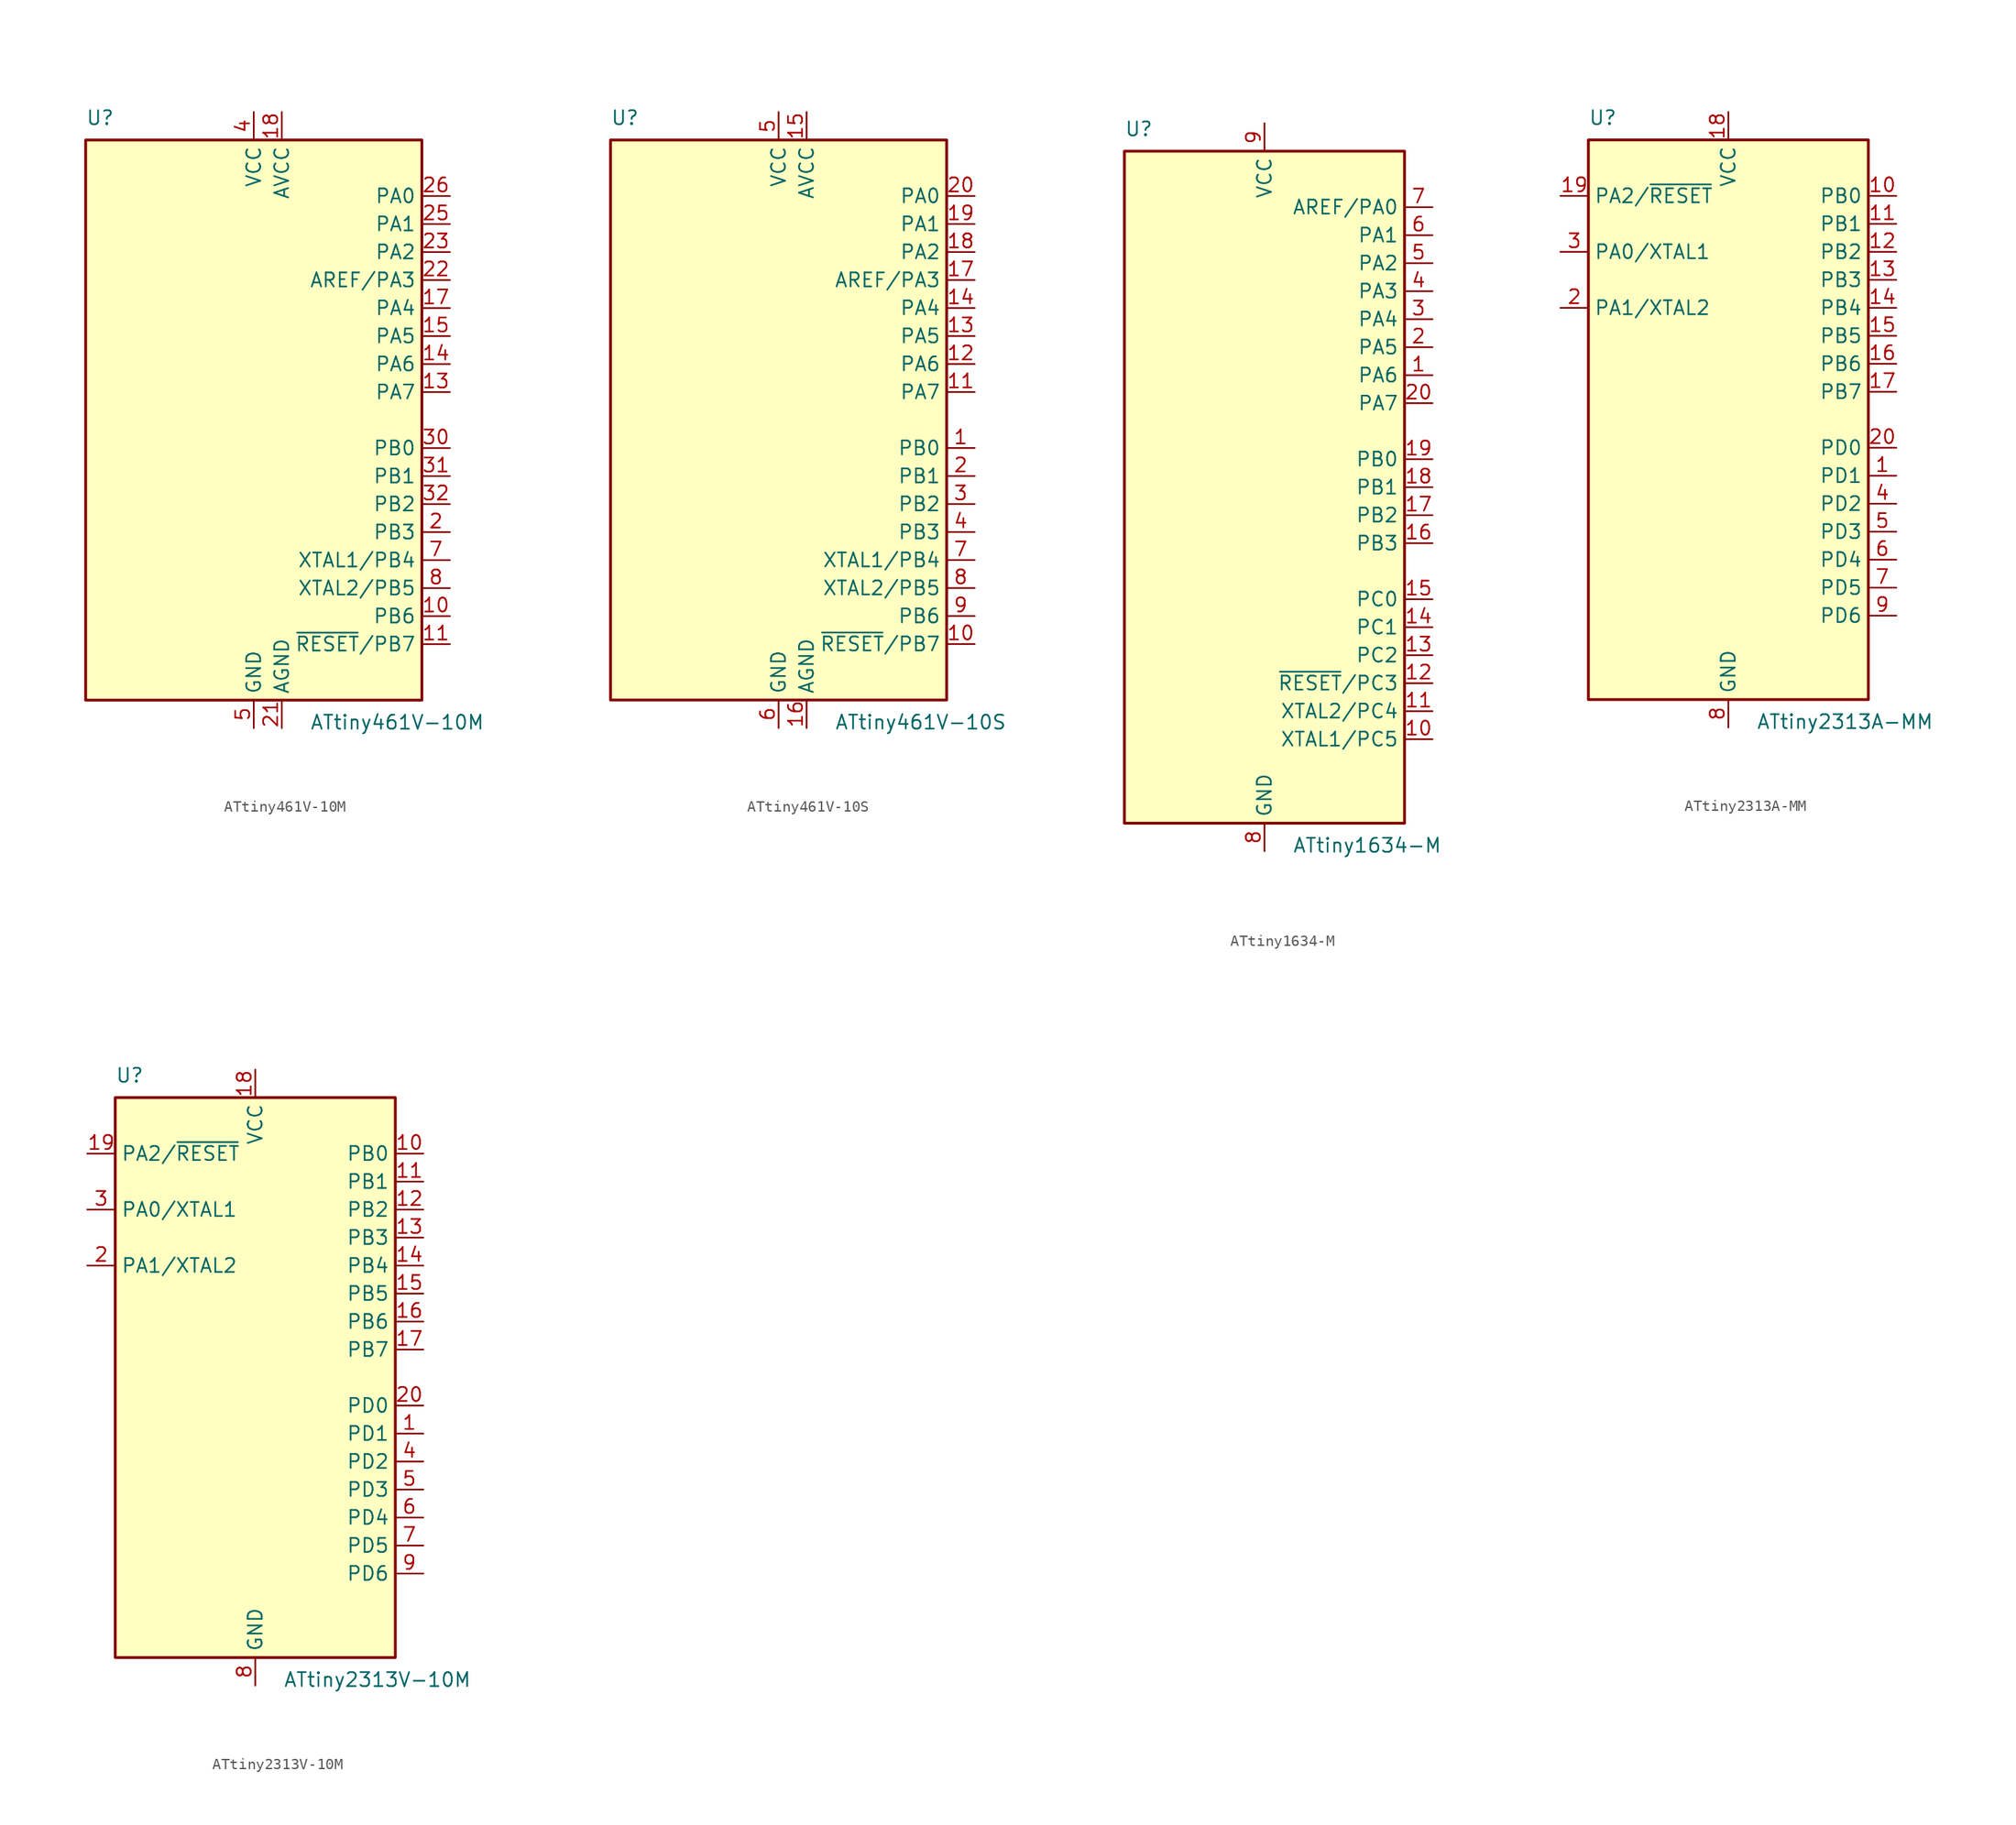
<source format=kicad_sym>
(kicad_symbol_lib
  (version 20231120)
  (generator "kicad_symbol_editor")
  (generator_version "8.0")
  (symbol "ATtiny461V-10M"
    (property "Reference" "U"
      (at -15.24 26.67 0)
      (effects (font (size 1.27 1.27)) (justify left bottom)))
    (property "Value" "ATtiny461V-10M"
      (at 5.08 -26.67 0)
      (effects (font (size 1.27 1.27)) (justify left top)))
    (symbol "ATtiny461V-10M_0_1"
      (rectangle (start -15.24 -25.4) (end 15.24 25.4) (stroke (width 0.254) (type default)) (fill (type background))))
    (symbol "ATtiny461V-10M_1_1"
      (pin no_connect line (at -15.24 5.08 0) (length 2.54) hide (name "NC" (effects (font (size 1.27 1.27)))) (number "1" (effects (font (size 1.27 1.27)))))
      (pin bidirectional line (at 17.78 -17.78 180) (length 2.54) (name "PB6" (effects (font (size 1.27 1.27)))) (number "10" (effects (font (size 1.27 1.27)))))
      (pin bidirectional line (at 17.78 -20.32 180) (length 2.54) (name "~{RESET}/PB7" (effects (font (size 1.27 1.27)))) (number "11" (effects (font (size 1.27 1.27)))))
      (pin no_connect line (at -15.24 -5.08 0) (length 2.54) hide (name "NC" (effects (font (size 1.27 1.27)))) (number "12" (effects (font (size 1.27 1.27)))))
      (pin bidirectional line (at 17.78 2.54 180) (length 2.54) (name "PA7" (effects (font (size 1.27 1.27)))) (number "13" (effects (font (size 1.27 1.27)))))
      (pin bidirectional line (at 17.78 5.08 180) (length 2.54) (name "PA6" (effects (font (size 1.27 1.27)))) (number "14" (effects (font (size 1.27 1.27)))))
      (pin bidirectional line (at 17.78 7.62 180) (length 2.54) (name "PA5" (effects (font (size 1.27 1.27)))) (number "15" (effects (font (size 1.27 1.27)))))
      (pin no_connect line (at -15.24 -7.62 0) (length 2.54) hide (name "NC" (effects (font (size 1.27 1.27)))) (number "16" (effects (font (size 1.27 1.27)))))
      (pin bidirectional line (at 17.78 10.16 180) (length 2.54) (name "PA4" (effects (font (size 1.27 1.27)))) (number "17" (effects (font (size 1.27 1.27)))))
      (pin power_in line (at 2.54 27.94 270) (length 2.54) (name "AVCC" (effects (font (size 1.27 1.27)))) (number "18" (effects (font (size 1.27 1.27)))))
      (pin no_connect line (at -15.24 -10.16 0) (length 2.54) hide (name "NC" (effects (font (size 1.27 1.27)))) (number "19" (effects (font (size 1.27 1.27)))))
      (pin bidirectional line (at 17.78 -10.16 180) (length 2.54) (name "PB3" (effects (font (size 1.27 1.27)))) (number "2" (effects (font (size 1.27 1.27)))))
      (pin no_connect line (at -15.24 -12.7 0) (length 2.54) hide (name "NC" (effects (font (size 1.27 1.27)))) (number "20" (effects (font (size 1.27 1.27)))))
      (pin power_in line (at 2.54 -27.94 90) (length 2.54) (name "AGND" (effects (font (size 1.27 1.27)))) (number "21" (effects (font (size 1.27 1.27)))))
      (pin bidirectional line (at 17.78 12.7 180) (length 2.54) (name "AREF/PA3" (effects (font (size 1.27 1.27)))) (number "22" (effects (font (size 1.27 1.27)))))
      (pin bidirectional line (at 17.78 15.24 180) (length 2.54) (name "PA2" (effects (font (size 1.27 1.27)))) (number "23" (effects (font (size 1.27 1.27)))))
      (pin no_connect line (at -15.24 -15.24 0) (length 2.54) hide (name "NC" (effects (font (size 1.27 1.27)))) (number "24" (effects (font (size 1.27 1.27)))))
      (pin bidirectional line (at 17.78 17.78 180) (length 2.54) (name "PA1" (effects (font (size 1.27 1.27)))) (number "25" (effects (font (size 1.27 1.27)))))
      (pin bidirectional line (at 17.78 20.32 180) (length 2.54) (name "PA0" (effects (font (size 1.27 1.27)))) (number "26" (effects (font (size 1.27 1.27)))))
      (pin no_connect line (at -15.24 -17.78 0) (length 2.54) hide (name "NC" (effects (font (size 1.27 1.27)))) (number "27" (effects (font (size 1.27 1.27)))))
      (pin no_connect line (at -15.24 -20.32 0) (length 2.54) hide (name "NC" (effects (font (size 1.27 1.27)))) (number "28" (effects (font (size 1.27 1.27)))))
      (pin no_connect line (at -15.24 -22.86 0) (length 2.54) hide (name "NC" (effects (font (size 1.27 1.27)))) (number "29" (effects (font (size 1.27 1.27)))))
      (pin no_connect line (at -15.24 2.54 0) (length 2.54) hide (name "NC" (effects (font (size 1.27 1.27)))) (number "3" (effects (font (size 1.27 1.27)))))
      (pin bidirectional line (at 17.78 -2.54 180) (length 2.54) (name "PB0" (effects (font (size 1.27 1.27)))) (number "30" (effects (font (size 1.27 1.27)))))
      (pin bidirectional line (at 17.78 -5.08 180) (length 2.54) (name "PB1" (effects (font (size 1.27 1.27)))) (number "31" (effects (font (size 1.27 1.27)))))
      (pin bidirectional line (at 17.78 -7.62 180) (length 2.54) (name "PB2" (effects (font (size 1.27 1.27)))) (number "32" (effects (font (size 1.27 1.27)))))
      (pin passive line (at 0 -27.94 90) (length 2.54) hide (name "GND" (effects (font (size 1.27 1.27)))) (number "33" (effects (font (size 1.27 1.27)))))
      (pin power_in line (at 0 27.94 270) (length 2.54) (name "VCC" (effects (font (size 1.27 1.27)))) (number "4" (effects (font (size 1.27 1.27)))))
      (pin power_in line (at 0 -27.94 90) (length 2.54) (name "GND" (effects (font (size 1.27 1.27)))) (number "5" (effects (font (size 1.27 1.27)))))
      (pin no_connect line (at -15.24 0 0) (length 2.54) hide (name "NC" (effects (font (size 1.27 1.27)))) (number "6" (effects (font (size 1.27 1.27)))))
      (pin bidirectional line (at 17.78 -12.7 180) (length 2.54) (name "XTAL1/PB4" (effects (font (size 1.27 1.27)))) (number "7" (effects (font (size 1.27 1.27)))))
      (pin bidirectional line (at 17.78 -15.24 180) (length 2.54) (name "XTAL2/PB5" (effects (font (size 1.27 1.27)))) (number "8" (effects (font (size 1.27 1.27)))))
      (pin no_connect line (at -15.24 -2.54 0) (length 2.54) hide (name "NC" (effects (font (size 1.27 1.27)))) (number "9" (effects (font (size 1.27 1.27)))))))
  (symbol "ATtiny461V-10S"
    (property "Reference" "U"
      (at -15.24 26.67 0)
      (effects (font (size 1.27 1.27)) (justify left bottom)))
    (property "Value" "ATtiny461V-10S"
      (at 5.08 -26.67 0)
      (effects (font (size 1.27 1.27)) (justify left top)))
    (symbol "ATtiny461V-10S_0_1"
      (rectangle (start -15.24 -25.4) (end 15.24 25.4) (stroke (width 0.254) (type default)) (fill (type background))))
    (symbol "ATtiny461V-10S_1_1"
      (pin bidirectional line (at 17.78 -2.54 180) (length 2.54) (name "PB0" (effects (font (size 1.27 1.27)))) (number "1" (effects (font (size 1.27 1.27)))))
      (pin bidirectional line (at 17.78 -20.32 180) (length 2.54) (name "~{RESET}/PB7" (effects (font (size 1.27 1.27)))) (number "10" (effects (font (size 1.27 1.27)))))
      (pin bidirectional line (at 17.78 2.54 180) (length 2.54) (name "PA7" (effects (font (size 1.27 1.27)))) (number "11" (effects (font (size 1.27 1.27)))))
      (pin bidirectional line (at 17.78 5.08 180) (length 2.54) (name "PA6" (effects (font (size 1.27 1.27)))) (number "12" (effects (font (size 1.27 1.27)))))
      (pin bidirectional line (at 17.78 7.62 180) (length 2.54) (name "PA5" (effects (font (size 1.27 1.27)))) (number "13" (effects (font (size 1.27 1.27)))))
      (pin bidirectional line (at 17.78 10.16 180) (length 2.54) (name "PA4" (effects (font (size 1.27 1.27)))) (number "14" (effects (font (size 1.27 1.27)))))
      (pin power_in line (at 2.54 27.94 270) (length 2.54) (name "AVCC" (effects (font (size 1.27 1.27)))) (number "15" (effects (font (size 1.27 1.27)))))
      (pin power_in line (at 2.54 -27.94 90) (length 2.54) (name "AGND" (effects (font (size 1.27 1.27)))) (number "16" (effects (font (size 1.27 1.27)))))
      (pin bidirectional line (at 17.78 12.7 180) (length 2.54) (name "AREF/PA3" (effects (font (size 1.27 1.27)))) (number "17" (effects (font (size 1.27 1.27)))))
      (pin bidirectional line (at 17.78 15.24 180) (length 2.54) (name "PA2" (effects (font (size 1.27 1.27)))) (number "18" (effects (font (size 1.27 1.27)))))
      (pin bidirectional line (at 17.78 17.78 180) (length 2.54) (name "PA1" (effects (font (size 1.27 1.27)))) (number "19" (effects (font (size 1.27 1.27)))))
      (pin bidirectional line (at 17.78 -5.08 180) (length 2.54) (name "PB1" (effects (font (size 1.27 1.27)))) (number "2" (effects (font (size 1.27 1.27)))))
      (pin bidirectional line (at 17.78 20.32 180) (length 2.54) (name "PA0" (effects (font (size 1.27 1.27)))) (number "20" (effects (font (size 1.27 1.27)))))
      (pin bidirectional line (at 17.78 -7.62 180) (length 2.54) (name "PB2" (effects (font (size 1.27 1.27)))) (number "3" (effects (font (size 1.27 1.27)))))
      (pin bidirectional line (at 17.78 -10.16 180) (length 2.54) (name "PB3" (effects (font (size 1.27 1.27)))) (number "4" (effects (font (size 1.27 1.27)))))
      (pin power_in line (at 0 27.94 270) (length 2.54) (name "VCC" (effects (font (size 1.27 1.27)))) (number "5" (effects (font (size 1.27 1.27)))))
      (pin power_in line (at 0 -27.94 90) (length 2.54) (name "GND" (effects (font (size 1.27 1.27)))) (number "6" (effects (font (size 1.27 1.27)))))
      (pin bidirectional line (at 17.78 -12.7 180) (length 2.54) (name "XTAL1/PB4" (effects (font (size 1.27 1.27)))) (number "7" (effects (font (size 1.27 1.27)))))
      (pin bidirectional line (at 17.78 -15.24 180) (length 2.54) (name "XTAL2/PB5" (effects (font (size 1.27 1.27)))) (number "8" (effects (font (size 1.27 1.27)))))
      (pin bidirectional line (at 17.78 -17.78 180) (length 2.54) (name "PB6" (effects (font (size 1.27 1.27)))) (number "9" (effects (font (size 1.27 1.27)))))))
  (symbol "ATtiny1634-M"
    (property "Reference" "U"
      (at -12.7 31.75 0)
      (effects (font (size 1.27 1.27)) (justify left bottom)))
    (property "Value" "ATtiny1634-M"
      (at 2.54 -31.75 0)
      (effects (font (size 1.27 1.27)) (justify left top)))
    (symbol "ATtiny1634-M_0_1"
      (rectangle (start -12.7 -30.48) (end 12.7 30.48) (stroke (width 0.254) (type default)) (fill (type background))))
    (symbol "ATtiny1634-M_1_1"
      (pin bidirectional line (at 15.24 10.16 180) (length 2.54) (name "PA6" (effects (font (size 1.27 1.27)))) (number "1" (effects (font (size 1.27 1.27)))))
      (pin bidirectional line (at 15.24 -22.86 180) (length 2.54) (name "XTAL1/PC5" (effects (font (size 1.27 1.27)))) (number "10" (effects (font (size 1.27 1.27)))))
      (pin bidirectional line (at 15.24 -20.32 180) (length 2.54) (name "XTAL2/PC4" (effects (font (size 1.27 1.27)))) (number "11" (effects (font (size 1.27 1.27)))))
      (pin bidirectional line (at 15.24 -17.78 180) (length 2.54) (name "~{RESET}/PC3" (effects (font (size 1.27 1.27)))) (number "12" (effects (font (size 1.27 1.27)))))
      (pin bidirectional line (at 15.24 -15.24 180) (length 2.54) (name "PC2" (effects (font (size 1.27 1.27)))) (number "13" (effects (font (size 1.27 1.27)))))
      (pin bidirectional line (at 15.24 -12.7 180) (length 2.54) (name "PC1" (effects (font (size 1.27 1.27)))) (number "14" (effects (font (size 1.27 1.27)))))
      (pin bidirectional line (at 15.24 -10.16 180) (length 2.54) (name "PC0" (effects (font (size 1.27 1.27)))) (number "15" (effects (font (size 1.27 1.27)))))
      (pin bidirectional line (at 15.24 -5.08 180) (length 2.54) (name "PB3" (effects (font (size 1.27 1.27)))) (number "16" (effects (font (size 1.27 1.27)))))
      (pin bidirectional line (at 15.24 -2.54 180) (length 2.54) (name "PB2" (effects (font (size 1.27 1.27)))) (number "17" (effects (font (size 1.27 1.27)))))
      (pin bidirectional line (at 15.24 0 180) (length 2.54) (name "PB1" (effects (font (size 1.27 1.27)))) (number "18" (effects (font (size 1.27 1.27)))))
      (pin bidirectional line (at 15.24 2.54 180) (length 2.54) (name "PB0" (effects (font (size 1.27 1.27)))) (number "19" (effects (font (size 1.27 1.27)))))
      (pin bidirectional line (at 15.24 12.7 180) (length 2.54) (name "PA5" (effects (font (size 1.27 1.27)))) (number "2" (effects (font (size 1.27 1.27)))))
      (pin bidirectional line (at 15.24 7.62 180) (length 2.54) (name "PA7" (effects (font (size 1.27 1.27)))) (number "20" (effects (font (size 1.27 1.27)))))
      (pin passive line (at 0 -33.02 90) (length 2.54) hide (name "GND" (effects (font (size 1.27 1.27)))) (number "21" (effects (font (size 1.27 1.27)))))
      (pin bidirectional line (at 15.24 15.24 180) (length 2.54) (name "PA4" (effects (font (size 1.27 1.27)))) (number "3" (effects (font (size 1.27 1.27)))))
      (pin bidirectional line (at 15.24 17.78 180) (length 2.54) (name "PA3" (effects (font (size 1.27 1.27)))) (number "4" (effects (font (size 1.27 1.27)))))
      (pin bidirectional line (at 15.24 20.32 180) (length 2.54) (name "PA2" (effects (font (size 1.27 1.27)))) (number "5" (effects (font (size 1.27 1.27)))))
      (pin bidirectional line (at 15.24 22.86 180) (length 2.54) (name "PA1" (effects (font (size 1.27 1.27)))) (number "6" (effects (font (size 1.27 1.27)))))
      (pin bidirectional line (at 15.24 25.4 180) (length 2.54) (name "AREF/PA0" (effects (font (size 1.27 1.27)))) (number "7" (effects (font (size 1.27 1.27)))))
      (pin power_in line (at 0 -33.02 90) (length 2.54) (name "GND" (effects (font (size 1.27 1.27)))) (number "8" (effects (font (size 1.27 1.27)))))
      (pin power_in line (at 0 33.02 270) (length 2.54) (name "VCC" (effects (font (size 1.27 1.27)))) (number "9" (effects (font (size 1.27 1.27)))))))
  (symbol "ATtiny2313A-MM"
    (property "Reference" "U"
      (at -12.7 26.67 0)
      (effects (font (size 1.27 1.27)) (justify left bottom)))
    (property "Value" "ATtiny2313A-MM"
      (at 2.54 -26.67 0)
      (effects (font (size 1.27 1.27)) (justify left top)))
    (symbol "ATtiny2313A-MM_0_1"
      (rectangle (start -12.7 -25.4) (end 12.7 25.4) (stroke (width 0.254) (type default)) (fill (type background))))
    (symbol "ATtiny2313A-MM_1_1"
      (pin bidirectional line (at 15.24 -5.08 180) (length 2.54) (name "PD1" (effects (font (size 1.27 1.27)))) (number "1" (effects (font (size 1.27 1.27)))))
      (pin bidirectional line (at 15.24 20.32 180) (length 2.54) (name "PB0" (effects (font (size 1.27 1.27)))) (number "10" (effects (font (size 1.27 1.27)))))
      (pin bidirectional line (at 15.24 17.78 180) (length 2.54) (name "PB1" (effects (font (size 1.27 1.27)))) (number "11" (effects (font (size 1.27 1.27)))))
      (pin bidirectional line (at 15.24 15.24 180) (length 2.54) (name "PB2" (effects (font (size 1.27 1.27)))) (number "12" (effects (font (size 1.27 1.27)))))
      (pin bidirectional line (at 15.24 12.7 180) (length 2.54) (name "PB3" (effects (font (size 1.27 1.27)))) (number "13" (effects (font (size 1.27 1.27)))))
      (pin bidirectional line (at 15.24 10.16 180) (length 2.54) (name "PB4" (effects (font (size 1.27 1.27)))) (number "14" (effects (font (size 1.27 1.27)))))
      (pin bidirectional line (at 15.24 7.62 180) (length 2.54) (name "PB5" (effects (font (size 1.27 1.27)))) (number "15" (effects (font (size 1.27 1.27)))))
      (pin bidirectional line (at 15.24 5.08 180) (length 2.54) (name "PB6" (effects (font (size 1.27 1.27)))) (number "16" (effects (font (size 1.27 1.27)))))
      (pin bidirectional line (at 15.24 2.54 180) (length 2.54) (name "PB7" (effects (font (size 1.27 1.27)))) (number "17" (effects (font (size 1.27 1.27)))))
      (pin power_in line (at 0 27.94 270) (length 2.54) (name "VCC" (effects (font (size 1.27 1.27)))) (number "18" (effects (font (size 1.27 1.27)))))
      (pin bidirectional line (at -15.24 20.32 0) (length 2.54) (name "PA2/~{RESET}" (effects (font (size 1.27 1.27)))) (number "19" (effects (font (size 1.27 1.27)))))
      (pin bidirectional line (at -15.24 10.16 0) (length 2.54) (name "PA1/XTAL2" (effects (font (size 1.27 1.27)))) (number "2" (effects (font (size 1.27 1.27)))))
      (pin bidirectional line (at 15.24 -2.54 180) (length 2.54) (name "PD0" (effects (font (size 1.27 1.27)))) (number "20" (effects (font (size 1.27 1.27)))))
      (pin passive line (at 0 -27.94 90) (length 2.54) hide (name "GND" (effects (font (size 1.27 1.27)))) (number "21" (effects (font (size 1.27 1.27)))))
      (pin bidirectional line (at -15.24 15.24 0) (length 2.54) (name "PA0/XTAL1" (effects (font (size 1.27 1.27)))) (number "3" (effects (font (size 1.27 1.27)))))
      (pin bidirectional line (at 15.24 -7.62 180) (length 2.54) (name "PD2" (effects (font (size 1.27 1.27)))) (number "4" (effects (font (size 1.27 1.27)))))
      (pin bidirectional line (at 15.24 -10.16 180) (length 2.54) (name "PD3" (effects (font (size 1.27 1.27)))) (number "5" (effects (font (size 1.27 1.27)))))
      (pin bidirectional line (at 15.24 -12.7 180) (length 2.54) (name "PD4" (effects (font (size 1.27 1.27)))) (number "6" (effects (font (size 1.27 1.27)))))
      (pin bidirectional line (at 15.24 -15.24 180) (length 2.54) (name "PD5" (effects (font (size 1.27 1.27)))) (number "7" (effects (font (size 1.27 1.27)))))
      (pin power_in line (at 0 -27.94 90) (length 2.54) (name "GND" (effects (font (size 1.27 1.27)))) (number "8" (effects (font (size 1.27 1.27)))))
      (pin bidirectional line (at 15.24 -17.78 180) (length 2.54) (name "PD6" (effects (font (size 1.27 1.27)))) (number "9" (effects (font (size 1.27 1.27)))))))
  (symbol "ATtiny2313V-10M"
    (property "Reference" "U"
      (at -12.7 26.67 0)
      (effects (font (size 1.27 1.27)) (justify left bottom)))
    (property "Value" "ATtiny2313V-10M"
      (at 2.54 -26.67 0)
      (effects (font (size 1.27 1.27)) (justify left top)))
    (symbol "ATtiny2313V-10M_0_1"
      (rectangle (start -12.7 -25.4) (end 12.7 25.4) (stroke (width 0.254) (type default)) (fill (type background))))
    (symbol "ATtiny2313V-10M_1_1"
      (pin bidirectional line (at 15.24 -5.08 180) (length 2.54) (name "PD1" (effects (font (size 1.27 1.27)))) (number "1" (effects (font (size 1.27 1.27)))))
      (pin bidirectional line (at 15.24 20.32 180) (length 2.54) (name "PB0" (effects (font (size 1.27 1.27)))) (number "10" (effects (font (size 1.27 1.27)))))
      (pin bidirectional line (at 15.24 17.78 180) (length 2.54) (name "PB1" (effects (font (size 1.27 1.27)))) (number "11" (effects (font (size 1.27 1.27)))))
      (pin bidirectional line (at 15.24 15.24 180) (length 2.54) (name "PB2" (effects (font (size 1.27 1.27)))) (number "12" (effects (font (size 1.27 1.27)))))
      (pin bidirectional line (at 15.24 12.7 180) (length 2.54) (name "PB3" (effects (font (size 1.27 1.27)))) (number "13" (effects (font (size 1.27 1.27)))))
      (pin bidirectional line (at 15.24 10.16 180) (length 2.54) (name "PB4" (effects (font (size 1.27 1.27)))) (number "14" (effects (font (size 1.27 1.27)))))
      (pin bidirectional line (at 15.24 7.62 180) (length 2.54) (name "PB5" (effects (font (size 1.27 1.27)))) (number "15" (effects (font (size 1.27 1.27)))))
      (pin bidirectional line (at 15.24 5.08 180) (length 2.54) (name "PB6" (effects (font (size 1.27 1.27)))) (number "16" (effects (font (size 1.27 1.27)))))
      (pin bidirectional line (at 15.24 2.54 180) (length 2.54) (name "PB7" (effects (font (size 1.27 1.27)))) (number "17" (effects (font (size 1.27 1.27)))))
      (pin power_in line (at 0 27.94 270) (length 2.54) (name "VCC" (effects (font (size 1.27 1.27)))) (number "18" (effects (font (size 1.27 1.27)))))
      (pin bidirectional line (at -15.24 20.32 0) (length 2.54) (name "PA2/~{RESET}" (effects (font (size 1.27 1.27)))) (number "19" (effects (font (size 1.27 1.27)))))
      (pin bidirectional line (at -15.24 10.16 0) (length 2.54) (name "PA1/XTAL2" (effects (font (size 1.27 1.27)))) (number "2" (effects (font (size 1.27 1.27)))))
      (pin bidirectional line (at 15.24 -2.54 180) (length 2.54) (name "PD0" (effects (font (size 1.27 1.27)))) (number "20" (effects (font (size 1.27 1.27)))))
      (pin passive line (at 0 -27.94 90) (length 2.54) hide (name "GND" (effects (font (size 1.27 1.27)))) (number "21" (effects (font (size 1.27 1.27)))))
      (pin bidirectional line (at -15.24 15.24 0) (length 2.54) (name "PA0/XTAL1" (effects (font (size 1.27 1.27)))) (number "3" (effects (font (size 1.27 1.27)))))
      (pin bidirectional line (at 15.24 -7.62 180) (length 2.54) (name "PD2" (effects (font (size 1.27 1.27)))) (number "4" (effects (font (size 1.27 1.27)))))
      (pin bidirectional line (at 15.24 -10.16 180) (length 2.54) (name "PD3" (effects (font (size 1.27 1.27)))) (number "5" (effects (font (size 1.27 1.27)))))
      (pin bidirectional line (at 15.24 -12.7 180) (length 2.54) (name "PD4" (effects (font (size 1.27 1.27)))) (number "6" (effects (font (size 1.27 1.27)))))
      (pin bidirectional line (at 15.24 -15.24 180) (length 2.54) (name "PD5" (effects (font (size 1.27 1.27)))) (number "7" (effects (font (size 1.27 1.27)))))
      (pin power_in line (at 0 -27.94 90) (length 2.54) (name "GND" (effects (font (size 1.27 1.27)))) (number "8" (effects (font (size 1.27 1.27)))))
      (pin bidirectional line (at 15.24 -17.78 180) (length 2.54) (name "PD6" (effects (font (size 1.27 1.27)))) (number "9" (effects (font (size 1.27 1.27))))))))
</source>
